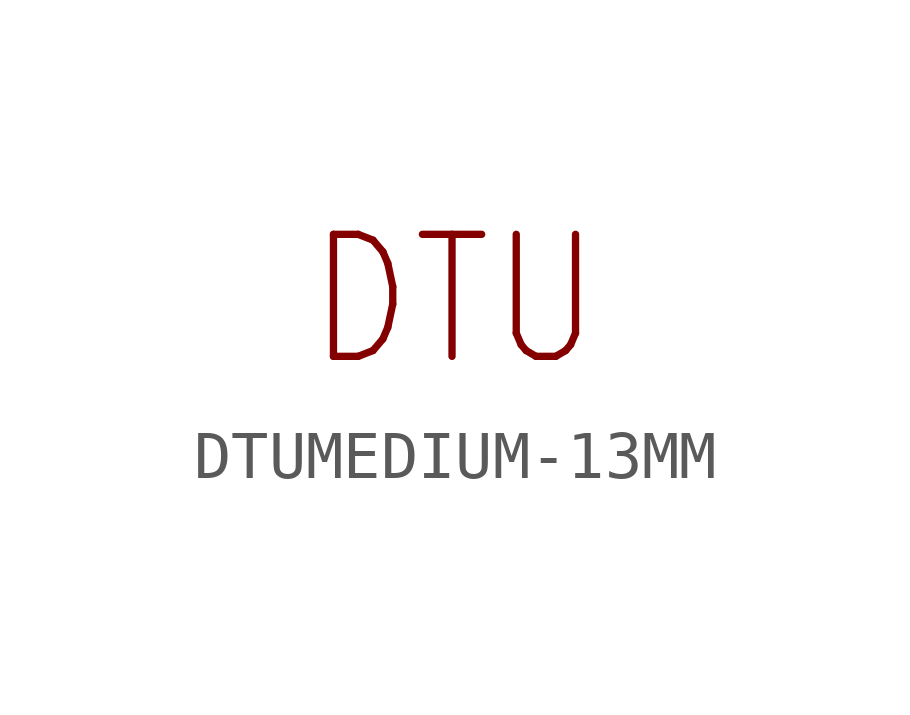
<source format=kicad_sym>
(kicad_symbol_lib
  (version 20220914)
  (generator kicad_symbol_editor)
  (symbol "DTUMEDIUM-13MM"
    (property "Reference" ""
      (at 0 0 0)
      (effects (font (size 1.27 1.27)) hide))
    (property "ki_locked" ""
      (at 0 0 0)
      (effects (font (size 1.27 1.27))))
    (symbol "DTUMEDIUM-13MM_1_0"
      (text "DTU" (at 0 0 0) (effects (font (size 2.54 2.159)) (justify bottom))))))
</source>
